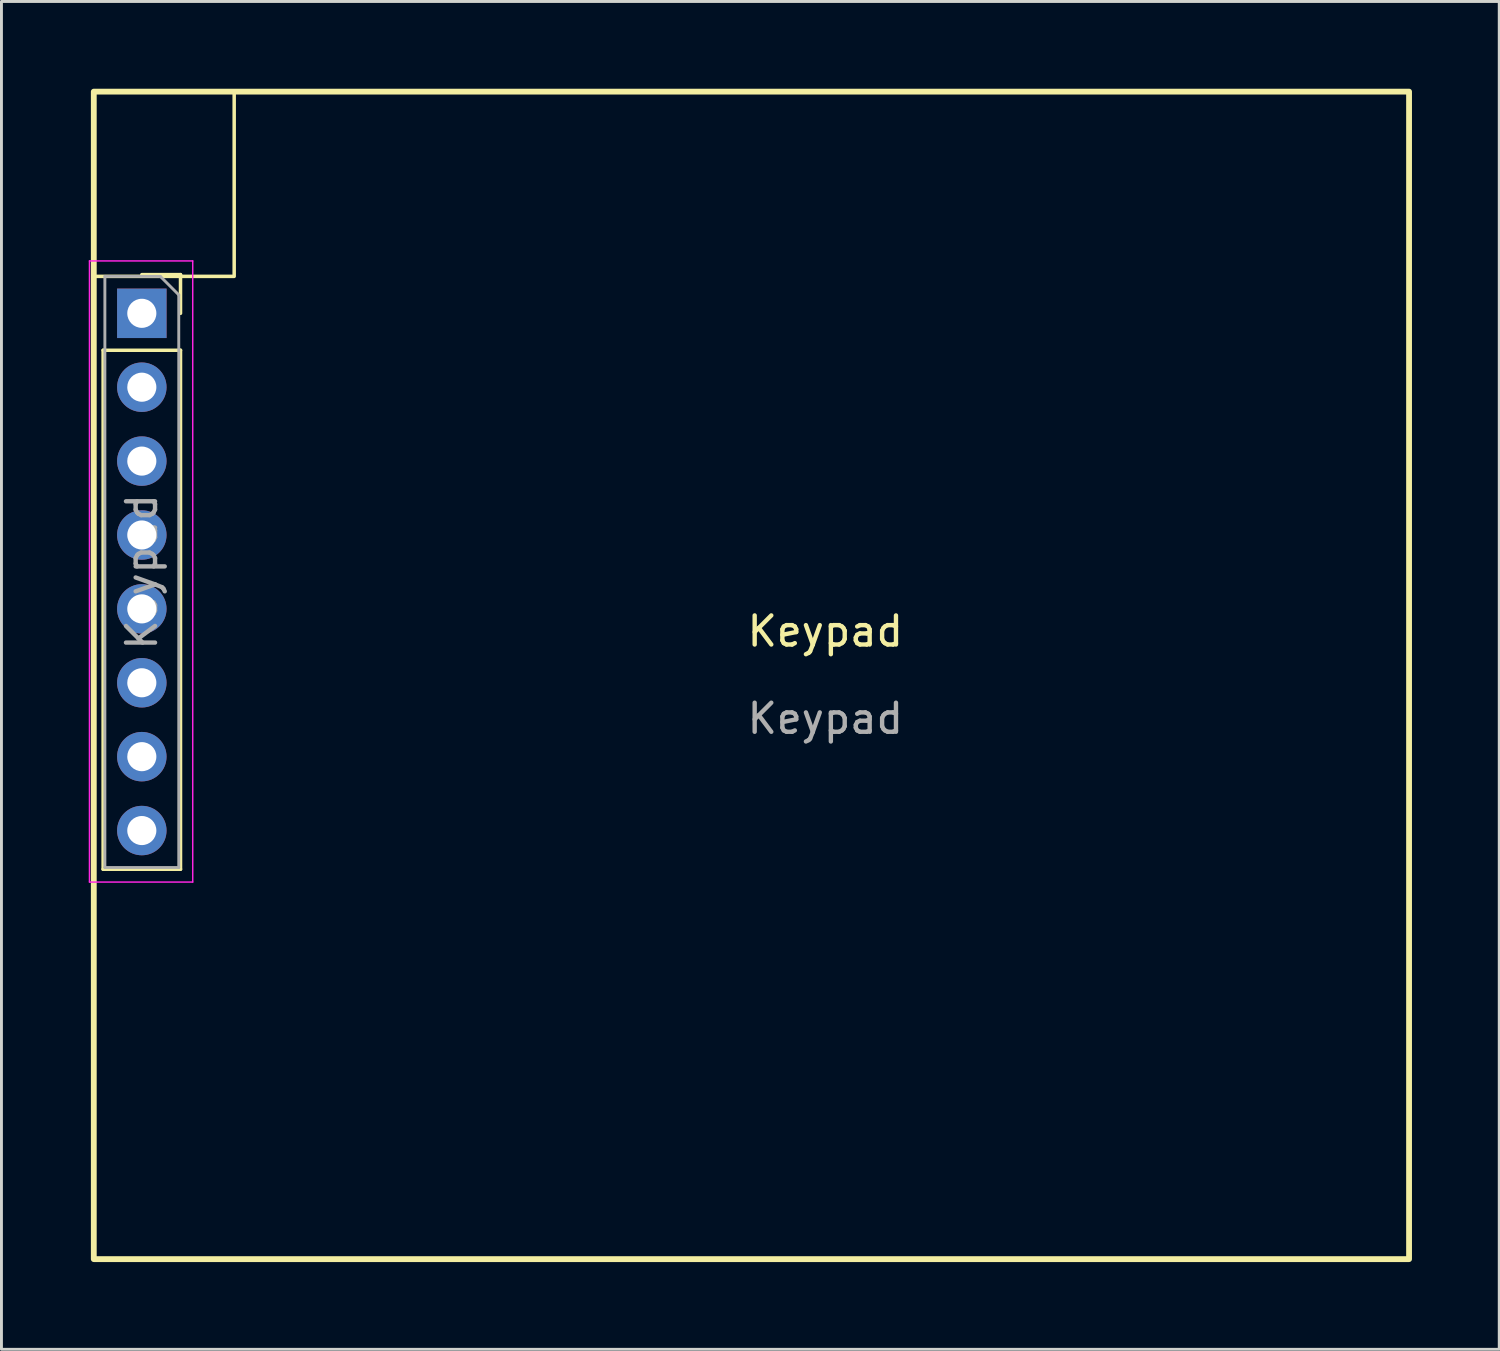
<source format=kicad_pcb>
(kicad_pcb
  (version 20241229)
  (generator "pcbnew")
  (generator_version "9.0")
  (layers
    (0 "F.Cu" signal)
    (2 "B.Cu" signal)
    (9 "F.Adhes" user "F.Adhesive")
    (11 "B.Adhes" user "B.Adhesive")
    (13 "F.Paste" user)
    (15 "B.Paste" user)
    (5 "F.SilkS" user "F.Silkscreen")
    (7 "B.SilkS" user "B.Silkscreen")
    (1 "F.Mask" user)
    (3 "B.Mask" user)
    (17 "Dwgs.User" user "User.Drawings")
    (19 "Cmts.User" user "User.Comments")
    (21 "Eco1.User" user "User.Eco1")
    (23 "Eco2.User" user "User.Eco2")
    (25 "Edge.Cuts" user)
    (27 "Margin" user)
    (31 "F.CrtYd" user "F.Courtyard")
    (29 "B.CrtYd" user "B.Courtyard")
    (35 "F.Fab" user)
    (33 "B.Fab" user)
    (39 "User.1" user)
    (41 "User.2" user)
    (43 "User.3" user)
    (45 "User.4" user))
  (footprint "Keypad"
    (layer "F.Cu")
    (at 25.32 19.15)
    (property "Reference" "Keypad" (at 0 -0.5 0) (unlocked yes) (layer "F.SilkS") (effects (font (size 1 1) (thickness 0.15))))
    (attr through_hole)
    (fp_line (start -24.825 -10.16) (end -24.825 7.68) (stroke (width 0.12) (type solid)) (layer "F.SilkS"))
    (fp_line (start -24.825 -10.16) (end -22.165 -10.16) (stroke (width 0.12) (type solid)) (layer "F.SilkS"))
    (fp_line (start -24.825 7.68) (end -22.165 7.68) (stroke (width 0.12) (type solid)) (layer "F.SilkS"))
    (fp_line (start -23.495 -12.76) (end -22.165 -12.76) (stroke (width 0.12) (type solid)) (layer "F.SilkS"))
    (fp_line (start -22.165 -12.76) (end -22.165 -11.43) (stroke (width 0.12) (type solid)) (layer "F.SilkS"))
    (fp_line (start -22.165 -10.16) (end -22.165 7.68) (stroke (width 0.12) (type solid)) (layer "F.SilkS"))
    (fp_rect (start -25.146 -19.05) (end -20.32 -12.7) (stroke (width 0.12) (type solid)) (fill no) (layer "F.SilkS"))
    (fp_rect (start -25.146 -19.05) (end 20.066 21.082) (stroke (width 0.2) (type solid)) (fill no) (layer "F.SilkS"))
    (fp_line (start -25.295 -13.23) (end -21.745 -13.23) (stroke (width 0.05) (type solid)) (layer "F.CrtYd"))
    (fp_line (start -25.295 8.12) (end -25.295 -13.23) (stroke (width 0.05) (type solid)) (layer "F.CrtYd"))
    (fp_line (start -21.745 -13.23) (end -21.745 8.12) (stroke (width 0.05) (type solid)) (layer "F.CrtYd"))
    (fp_line (start -21.745 8.12) (end -25.295 8.12) (stroke (width 0.05) (type solid)) (layer "F.CrtYd"))
    (fp_line (start -24.765 -12.7) (end -22.86 -12.7) (stroke (width 0.1) (type solid)) (layer "F.Fab"))
    (fp_line (start -24.765 7.62) (end -24.765 -12.7) (stroke (width 0.1) (type solid)) (layer "F.Fab"))
    (fp_line (start -22.86 -12.7) (end -22.225 -12.065) (stroke (width 0.1) (type solid)) (layer "F.Fab"))
    (fp_line (start -22.225 -12.065) (end -22.225 7.62) (stroke (width 0.1) (type solid)) (layer "F.Fab"))
    (fp_line (start -22.225 7.62) (end -24.765 7.62) (stroke (width 0.1) (type solid)) (layer "F.Fab"))
    (fp_text user "${REFERENCE}" (at 0 2.5 0) (unlocked yes) (layer "F.Fab") (effects (font (size 1 1) (thickness 0.15))))
    (fp_text user "${REFERENCE}" (at -23.495 -2.54 90) (layer "F.Fab") (effects (font (size 1 1) (thickness 0.15))))
    (pad "1" thru_hole rect (at -23.495 -11.43) (size 1.7 1.7) (drill 1) (layers "*.Cu" "*.Mask"))
    (pad "2" thru_hole oval (at -23.495 -8.89) (size 1.7 1.7) (drill 1) (layers "*.Cu" "*.Mask"))
    (pad "3" thru_hole oval (at -23.495 -6.35) (size 1.7 1.7) (drill 1) (layers "*.Cu" "*.Mask"))
    (pad "4" thru_hole oval (at -23.495 -3.81) (size 1.7 1.7) (drill 1) (layers "*.Cu" "*.Mask"))
    (pad "5" thru_hole oval (at -23.495 -1.27) (size 1.7 1.7) (drill 1) (layers "*.Cu" "*.Mask"))
    (pad "6" thru_hole oval (at -23.495 1.27) (size 1.7 1.7) (drill 1) (layers "*.Cu" "*.Mask"))
    (pad "7" thru_hole oval (at -23.495 3.81) (size 1.7 1.7) (drill 1) (layers "*.Cu" "*.Mask"))
    (pad "8" thru_hole oval (at -23.495 6.35) (size 1.7 1.7) (drill 1) (layers "*.Cu" "*.Mask")))
  (gr_rect
    (start -3 -3)
    (end 48.486 43.332)
    (stroke (width 0.1) (type default))
    (fill no)
    (layer "Edge.Cuts")))
</source>
